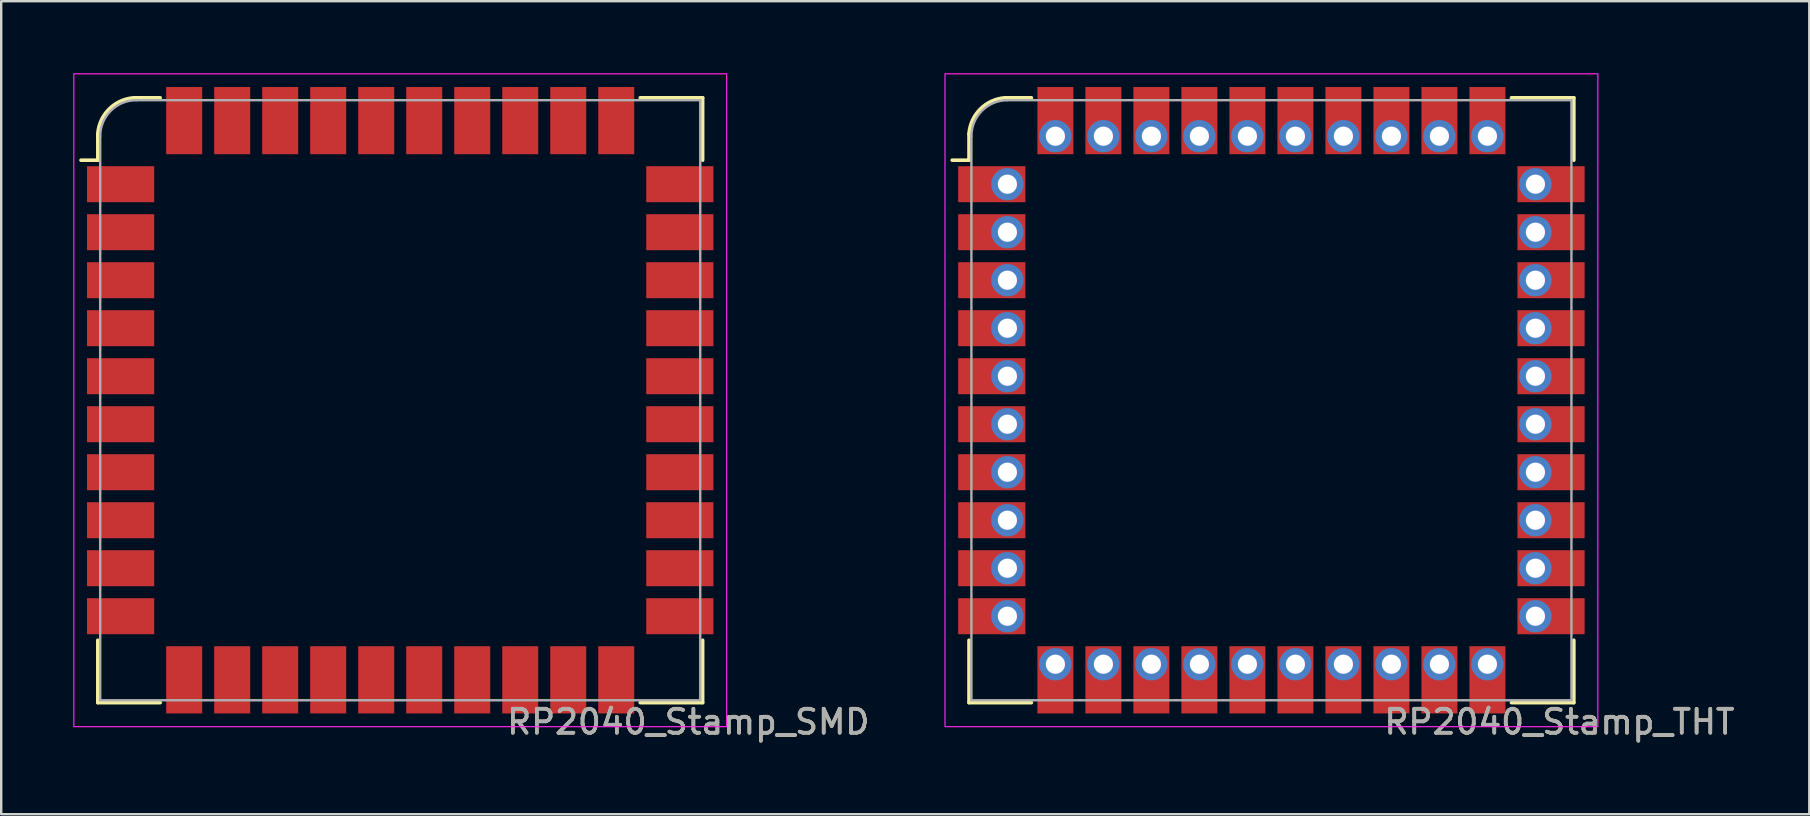
<source format=kicad_pcb>
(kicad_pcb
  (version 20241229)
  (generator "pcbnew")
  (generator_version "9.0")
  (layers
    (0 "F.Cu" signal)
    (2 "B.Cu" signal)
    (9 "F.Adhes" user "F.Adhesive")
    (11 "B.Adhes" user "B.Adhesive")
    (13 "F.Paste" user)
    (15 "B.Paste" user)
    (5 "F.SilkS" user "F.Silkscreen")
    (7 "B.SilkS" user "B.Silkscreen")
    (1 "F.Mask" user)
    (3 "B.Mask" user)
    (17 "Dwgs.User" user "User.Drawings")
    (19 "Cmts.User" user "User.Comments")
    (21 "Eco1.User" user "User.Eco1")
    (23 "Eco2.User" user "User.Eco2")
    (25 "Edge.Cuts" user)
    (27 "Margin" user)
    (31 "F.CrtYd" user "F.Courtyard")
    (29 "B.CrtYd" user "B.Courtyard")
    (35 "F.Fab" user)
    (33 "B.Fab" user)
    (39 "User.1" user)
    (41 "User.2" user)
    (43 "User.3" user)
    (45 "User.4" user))
  (footprint "RP2040_Stamp_SMD"
    (layer "F.Cu")
    (at 13.625 13.625)
    (property "Reference" "RP2040_Stamp_SMD" (at 12 13.4 0) (unlocked yes) (layer "F.SilkS") (effects (font (size 1 1) (thickness 0.15))))
    (attr through_hole)
    (fp_line (start -12.6 -10) (end -13.3 -10) (stroke (width 0.15) (type solid)) (layer "F.SilkS"))
    (fp_line (start -12.6 -10) (end -12.6 -11.1) (stroke (width 0.15) (type solid)) (layer "F.SilkS"))
    (fp_line (start -12.6 12.6) (end -12.6 10) (stroke (width 0.15) (type solid)) (layer "F.SilkS"))
    (fp_line (start -11.1 -12.6) (end -10 -12.6) (stroke (width 0.15) (type solid)) (layer "F.SilkS"))
    (fp_line (start -10 12.6) (end -12.6 12.6) (stroke (width 0.15) (type solid)) (layer "F.SilkS"))
    (fp_line (start 10 -12.6) (end 12.6 -12.6) (stroke (width 0.15) (type solid)) (layer "F.SilkS"))
    (fp_line (start 12.6 -12.6) (end 12.6 -10) (stroke (width 0.15) (type solid)) (layer "F.SilkS"))
    (fp_line (start 12.6 10) (end 12.6 12.6) (stroke (width 0.15) (type solid)) (layer "F.SilkS"))
    (fp_line (start 12.6 12.6) (end 10 12.6) (stroke (width 0.15) (type solid)) (layer "F.SilkS"))
    (fp_arc (start -12.6 -11.1) (mid -12.129432 -12.129432) (end -11.1 -12.6) (stroke (width 0.15) (type solid)) (layer "F.SilkS"))
    (fp_rect (start -13.6 -13.6) (end 13.6 13.6) (stroke (width 0.05) (type solid)) (fill no) (layer "F.CrtYd"))
    (fp_line (start -12.5 12.5) (end -12.5 -11) (stroke (width 0.1) (type solid)) (layer "F.Fab"))
    (fp_line (start -11 -12.5) (end 12.5 -12.5) (stroke (width 0.1) (type solid)) (layer "F.Fab"))
    (fp_line (start 12.5 -12.5) (end 12.5 12.5) (stroke (width 0.1) (type solid)) (layer "F.Fab"))
    (fp_line (start 12.5 12.5) (end -12.5 12.5) (stroke (width 0.1) (type solid)) (layer "F.Fab"))
    (fp_arc (start -12.500003 -11.000003) (mid -12.060661 -12.060662) (end -11 -12.5) (stroke (width 0.1) (type solid)) (layer "F.Fab"))
    (fp_text user "${REFERENCE}" (at 12 13.4 0) (unlocked yes) (layer "F.Fab") (effects (font (size 1 1) (thickness 0.15))))
    (pad "1" smd rect (at -11.65 -9) (size 2.8 1.5) (layers "F.Cu" "F.Mask" "F.Paste"))
    (pad "2" smd rect (at -11.65 -7) (size 2.8 1.5) (layers "F.Cu" "F.Mask" "F.Paste"))
    (pad "3" smd rect (at -11.65 -5) (size 2.8 1.5) (layers "F.Cu" "F.Mask" "F.Paste"))
    (pad "4" smd rect (at -11.65 -3) (size 2.8 1.5) (layers "F.Cu" "F.Mask" "F.Paste"))
    (pad "5" smd rect (at -11.65 -1) (size 2.8 1.5) (layers "F.Cu" "F.Mask" "F.Paste"))
    (pad "6" smd rect (at -11.65 1) (size 2.8 1.5) (layers "F.Cu" "F.Mask" "F.Paste"))
    (pad "7" smd rect (at -11.65 3) (size 2.8 1.5) (layers "F.Cu" "F.Mask" "F.Paste"))
    (pad "8" smd rect (at -11.65 5) (size 2.8 1.5) (layers "F.Cu" "F.Mask" "F.Paste"))
    (pad "9" smd rect (at -11.65 7) (size 2.8 1.5) (layers "F.Cu" "F.Mask" "F.Paste"))
    (pad "10" smd rect (at -11.65 9) (size 2.8 1.5) (layers "F.Cu" "F.Mask" "F.Paste"))
    (pad "11" smd rect (at -9 11.65 270) (size 2.8 1.5) (layers "F.Cu" "F.Mask" "F.Paste"))
    (pad "12" smd rect (at -7 11.65 270) (size 2.8 1.5) (layers "F.Cu" "F.Mask" "F.Paste"))
    (pad "13" smd rect (at -5 11.65 270) (size 2.8 1.5) (layers "F.Cu" "F.Mask" "F.Paste"))
    (pad "14" smd rect (at -3 11.65 270) (size 2.8 1.5) (layers "F.Cu" "F.Mask" "F.Paste"))
    (pad "15" smd rect (at -1 11.65 270) (size 2.8 1.5) (layers "F.Cu" "F.Mask" "F.Paste"))
    (pad "16" smd rect (at 1 11.65 270) (size 2.8 1.5) (layers "F.Cu" "F.Mask" "F.Paste"))
    (pad "17" smd rect (at 3 11.65 270) (size 2.8 1.5) (layers "F.Cu" "F.Mask" "F.Paste"))
    (pad "18" smd rect (at 5 11.65 270) (size 2.8 1.5) (layers "F.Cu" "F.Mask" "F.Paste"))
    (pad "19" smd rect (at 7 11.65 270) (size 2.8 1.5) (layers "F.Cu" "F.Mask" "F.Paste"))
    (pad "20" smd rect (at 9 11.65 270) (size 2.8 1.5) (layers "F.Cu" "F.Mask" "F.Paste"))
    (pad "21" smd rect (at 11.65 9) (size 2.8 1.5) (layers "F.Cu" "F.Mask" "F.Paste"))
    (pad "22" smd rect (at 11.65 7) (size 2.8 1.5) (layers "F.Cu" "F.Mask" "F.Paste"))
    (pad "23" smd rect (at 11.65 5) (size 2.8 1.5) (layers "F.Cu" "F.Mask" "F.Paste"))
    (pad "24" smd rect (at 11.65 3) (size 2.8 1.5) (layers "F.Cu" "F.Mask" "F.Paste"))
    (pad "25" smd rect (at 11.65 1) (size 2.8 1.5) (layers "F.Cu" "F.Mask" "F.Paste"))
    (pad "26" smd rect (at 11.65 -1) (size 2.8 1.5) (layers "F.Cu" "F.Mask" "F.Paste"))
    (pad "27" smd rect (at 11.65 -3) (size 2.8 1.5) (layers "F.Cu" "F.Mask" "F.Paste"))
    (pad "28" smd rect (at 11.65 -5) (size 2.8 1.5) (layers "F.Cu" "F.Mask" "F.Paste"))
    (pad "29" smd rect (at 11.65 -7) (size 2.8 1.5) (layers "F.Cu" "F.Mask" "F.Paste"))
    (pad "30" smd rect (at 11.65 -9) (size 2.8 1.5) (layers "F.Cu" "F.Mask" "F.Paste"))
    (pad "31" smd rect (at 9 -11.65 270) (size 2.8 1.5) (layers "F.Cu" "F.Mask" "F.Paste"))
    (pad "32" smd rect (at 7 -11.65 270) (size 2.8 1.5) (layers "F.Cu" "F.Mask" "F.Paste"))
    (pad "33" smd rect (at 5 -11.65 270) (size 2.8 1.5) (layers "F.Cu" "F.Mask" "F.Paste"))
    (pad "34" smd rect (at 3 -11.65 270) (size 2.8 1.5) (layers "F.Cu" "F.Mask" "F.Paste"))
    (pad "35" smd rect (at 1 -11.65 270) (size 2.8 1.5) (layers "F.Cu" "F.Mask" "F.Paste"))
    (pad "36" smd rect (at -1 -11.65 270) (size 2.8 1.5) (layers "F.Cu" "F.Mask" "F.Paste"))
    (pad "37" smd rect (at -3 -11.65 270) (size 2.8 1.5) (layers "F.Cu" "F.Mask" "F.Paste"))
    (pad "38" smd rect (at -5 -11.65 270) (size 2.8 1.5) (layers "F.Cu" "F.Mask" "F.Paste"))
    (pad "39" smd rect (at -7 -11.65 270) (size 2.8 1.5) (layers "F.Cu" "F.Mask" "F.Paste"))
    (pad "40" smd rect (at -9 -11.65 270) (size 2.8 1.5) (layers "F.Cu" "F.Mask" "F.Paste")))
  (footprint "RP2040_Stamp_THT"
    (layer "F.Cu")
    (at 49.923 13.625)
    (property "Reference" "RP2040_Stamp_THT" (at 12 13.4 0) (unlocked yes) (layer "F.SilkS") (effects (font (size 1 1) (thickness 0.15))))
    (attr through_hole)
    (fp_line (start -12.6 -10) (end -13.3 -10) (stroke (width 0.15) (type solid)) (layer "F.SilkS"))
    (fp_line (start -12.6 -10) (end -12.6 -11.1) (stroke (width 0.15) (type solid)) (layer "F.SilkS"))
    (fp_line (start -12.6 12.6) (end -12.6 10) (stroke (width 0.15) (type solid)) (layer "F.SilkS"))
    (fp_line (start -11.1 -12.6) (end -10 -12.6) (stroke (width 0.15) (type solid)) (layer "F.SilkS"))
    (fp_line (start -10 12.6) (end -12.6 12.6) (stroke (width 0.15) (type solid)) (layer "F.SilkS"))
    (fp_line (start 10 -12.6) (end 12.6 -12.6) (stroke (width 0.15) (type solid)) (layer "F.SilkS"))
    (fp_line (start 12.6 -12.6) (end 12.6 -10) (stroke (width 0.15) (type solid)) (layer "F.SilkS"))
    (fp_line (start 12.6 10) (end 12.6 12.6) (stroke (width 0.15) (type solid)) (layer "F.SilkS"))
    (fp_line (start 12.6 12.6) (end 10 12.6) (stroke (width 0.15) (type solid)) (layer "F.SilkS"))
    (fp_arc (start -12.6 -11.1) (mid -12.129432 -12.129432) (end -11.1 -12.6) (stroke (width 0.15) (type solid)) (layer "F.SilkS"))
    (fp_rect (start -13.6 -13.6) (end 13.6 13.6) (stroke (width 0.05) (type solid)) (fill no) (layer "F.CrtYd"))
    (fp_line (start -12.5 12.5) (end -12.5 -11) (stroke (width 0.1) (type solid)) (layer "F.Fab"))
    (fp_line (start -11 -12.5) (end 12.5 -12.5) (stroke (width 0.1) (type solid)) (layer "F.Fab"))
    (fp_line (start 12.5 -12.5) (end 12.5 12.5) (stroke (width 0.1) (type solid)) (layer "F.Fab"))
    (fp_line (start 12.5 12.5) (end -12.5 12.5) (stroke (width 0.1) (type solid)) (layer "F.Fab"))
    (fp_arc (start -12.500003 -11.000003) (mid -12.060661 -12.060662) (end -11 -12.5) (stroke (width 0.1) (type solid)) (layer "F.Fab"))
    (fp_text user "${REFERENCE}" (at 12 13.4 0) (unlocked yes) (layer "F.Fab") (effects (font (size 1 1) (thickness 0.15))))
    (pad "1" smd rect (at -11.65 -9) (size 2.8 1.5) (layers "F.Cu" "F.Mask" "F.Paste"))
    (pad "1" thru_hole circle (at -11 -9) (size 1.35 1.35) (drill 0.8) (layers "*.Cu" "*.Mask"))
    (pad "2" smd rect (at -11.65 -7) (size 2.8 1.5) (layers "F.Cu" "F.Mask" "F.Paste"))
    (pad "2" thru_hole oval (at -11 -7) (size 1.35 1.35) (drill 0.8) (layers "*.Cu" "*.Mask"))
    (pad "3" smd rect (at -11.65 -5) (size 2.8 1.5) (layers "F.Cu" "F.Mask" "F.Paste"))
    (pad "3" thru_hole oval (at -11 -5) (size 1.35 1.35) (drill 0.8) (layers "*.Cu" "*.Mask"))
    (pad "4" smd rect (at -11.65 -3) (size 2.8 1.5) (layers "F.Cu" "F.Mask" "F.Paste"))
    (pad "4" thru_hole oval (at -11 -3) (size 1.35 1.35) (drill 0.8) (layers "*.Cu" "*.Mask"))
    (pad "5" smd rect (at -11.65 -1) (size 2.8 1.5) (layers "F.Cu" "F.Mask" "F.Paste"))
    (pad "5" thru_hole oval (at -11 -1) (size 1.35 1.35) (drill 0.8) (layers "*.Cu" "*.Mask"))
    (pad "6" smd rect (at -11.65 1) (size 2.8 1.5) (layers "F.Cu" "F.Mask" "F.Paste"))
    (pad "6" thru_hole oval (at -11 1) (size 1.35 1.35) (drill 0.8) (layers "*.Cu" "*.Mask"))
    (pad "7" smd rect (at -11.65 3) (size 2.8 1.5) (layers "F.Cu" "F.Mask" "F.Paste"))
    (pad "7" thru_hole oval (at -11 3) (size 1.35 1.35) (drill 0.8) (layers "*.Cu" "*.Mask"))
    (pad "8" smd rect (at -11.65 5) (size 2.8 1.5) (layers "F.Cu" "F.Mask" "F.Paste"))
    (pad "8" thru_hole oval (at -11 5) (size 1.35 1.35) (drill 0.8) (layers "*.Cu" "*.Mask"))
    (pad "9" smd rect (at -11.65 7) (size 2.8 1.5) (layers "F.Cu" "F.Mask" "F.Paste"))
    (pad "9" thru_hole oval (at -11 7) (size 1.35 1.35) (drill 0.8) (layers "*.Cu" "*.Mask"))
    (pad "10" smd rect (at -11.65 9) (size 2.8 1.5) (layers "F.Cu" "F.Mask" "F.Paste"))
    (pad "10" thru_hole oval (at -11 9) (size 1.35 1.35) (drill 0.8) (layers "*.Cu" "*.Mask"))
    (pad "11" thru_hole oval (at -9 11) (size 1.35 1.35) (drill 0.8) (layers "*.Cu" "*.Mask"))
    (pad "11" smd rect (at -9 11.65 270) (size 2.8 1.5) (layers "F.Cu" "F.Mask" "F.Paste"))
    (pad "12" thru_hole oval (at -7 11) (size 1.35 1.35) (drill 0.8) (layers "*.Cu" "*.Mask"))
    (pad "12" smd rect (at -7 11.65 270) (size 2.8 1.5) (layers "F.Cu" "F.Mask" "F.Paste"))
    (pad "13" thru_hole oval (at -5 11) (size 1.35 1.35) (drill 0.8) (layers "*.Cu" "*.Mask"))
    (pad "13" smd rect (at -5 11.65 270) (size 2.8 1.5) (layers "F.Cu" "F.Mask" "F.Paste"))
    (pad "14" thru_hole oval (at -3 11) (size 1.35 1.35) (drill 0.8) (layers "*.Cu" "*.Mask"))
    (pad "14" smd rect (at -3 11.65 270) (size 2.8 1.5) (layers "F.Cu" "F.Mask" "F.Paste"))
    (pad "15" thru_hole oval (at -1 11) (size 1.35 1.35) (drill 0.8) (layers "*.Cu" "*.Mask"))
    (pad "15" smd rect (at -1 11.65 270) (size 2.8 1.5) (layers "F.Cu" "F.Mask" "F.Paste"))
    (pad "16" thru_hole oval (at 1 11) (size 1.35 1.35) (drill 0.8) (layers "*.Cu" "*.Mask"))
    (pad "16" smd rect (at 1 11.65 270) (size 2.8 1.5) (layers "F.Cu" "F.Mask" "F.Paste"))
    (pad "17" thru_hole oval (at 3 11) (size 1.35 1.35) (drill 0.8) (layers "*.Cu" "*.Mask"))
    (pad "17" smd rect (at 3 11.65 270) (size 2.8 1.5) (layers "F.Cu" "F.Mask" "F.Paste"))
    (pad "18" thru_hole oval (at 5 11) (size 1.35 1.35) (drill 0.8) (layers "*.Cu" "*.Mask"))
    (pad "18" smd rect (at 5 11.65 270) (size 2.8 1.5) (layers "F.Cu" "F.Mask" "F.Paste"))
    (pad "19" thru_hole oval (at 7 11) (size 1.35 1.35) (drill 0.8) (layers "*.Cu" "*.Mask"))
    (pad "19" smd rect (at 7 11.65 270) (size 2.8 1.5) (layers "F.Cu" "F.Mask" "F.Paste"))
    (pad "20" thru_hole oval (at 9 11) (size 1.35 1.35) (drill 0.8) (layers "*.Cu" "*.Mask"))
    (pad "20" smd rect (at 9 11.65 270) (size 2.8 1.5) (layers "F.Cu" "F.Mask" "F.Paste"))
    (pad "21" thru_hole oval (at 11 9) (size 1.35 1.35) (drill 0.8) (layers "*.Cu" "*.Mask"))
    (pad "21" smd rect (at 11.65 9) (size 2.8 1.5) (layers "F.Cu" "F.Mask" "F.Paste"))
    (pad "22" thru_hole oval (at 11 7) (size 1.35 1.35) (drill 0.8) (layers "*.Cu" "*.Mask"))
    (pad "22" smd rect (at 11.65 7) (size 2.8 1.5) (layers "F.Cu" "F.Mask" "F.Paste"))
    (pad "23" thru_hole oval (at 11 5) (size 1.35 1.35) (drill 0.8) (layers "*.Cu" "*.Mask"))
    (pad "23" smd rect (at 11.65 5) (size 2.8 1.5) (layers "F.Cu" "F.Mask" "F.Paste"))
    (pad "24" thru_hole oval (at 11 3) (size 1.35 1.35) (drill 0.8) (layers "*.Cu" "*.Mask"))
    (pad "24" smd rect (at 11.65 3) (size 2.8 1.5) (layers "F.Cu" "F.Mask" "F.Paste"))
    (pad "25" thru_hole oval (at 11 1) (size 1.35 1.35) (drill 0.8) (layers "*.Cu" "*.Mask"))
    (pad "25" smd rect (at 11.65 1) (size 2.8 1.5) (layers "F.Cu" "F.Mask" "F.Paste"))
    (pad "26" thru_hole oval (at 11 -1) (size 1.35 1.35) (drill 0.8) (layers "*.Cu" "*.Mask"))
    (pad "26" smd rect (at 11.65 -1) (size 2.8 1.5) (layers "F.Cu" "F.Mask" "F.Paste"))
    (pad "27" thru_hole oval (at 11 -3) (size 1.35 1.35) (drill 0.8) (layers "*.Cu" "*.Mask"))
    (pad "27" smd rect (at 11.65 -3) (size 2.8 1.5) (layers "F.Cu" "F.Mask" "F.Paste"))
    (pad "28" thru_hole oval (at 11 -5) (size 1.35 1.35) (drill 0.8) (layers "*.Cu" "*.Mask"))
    (pad "28" smd rect (at 11.65 -5) (size 2.8 1.5) (layers "F.Cu" "F.Mask" "F.Paste"))
    (pad "29" thru_hole oval (at 11 -7) (size 1.35 1.35) (drill 0.8) (layers "*.Cu" "*.Mask"))
    (pad "29" smd rect (at 11.65 -7) (size 2.8 1.5) (layers "F.Cu" "F.Mask" "F.Paste"))
    (pad "30" thru_hole oval (at 11 -9) (size 1.35 1.35) (drill 0.8) (layers "*.Cu" "*.Mask"))
    (pad "30" smd rect (at 11.65 -9) (size 2.8 1.5) (layers "F.Cu" "F.Mask" "F.Paste"))
    (pad "31" smd rect (at 9 -11.65 270) (size 2.8 1.5) (layers "F.Cu" "F.Mask" "F.Paste"))
    (pad "31" thru_hole oval (at 9 -11) (size 1.35 1.35) (drill 0.8) (layers "*.Cu" "*.Mask"))
    (pad "32" smd rect (at 7 -11.65 270) (size 2.8 1.5) (layers "F.Cu" "F.Mask" "F.Paste"))
    (pad "32" thru_hole oval (at 7 -11) (size 1.35 1.35) (drill 0.8) (layers "*.Cu" "*.Mask"))
    (pad "33" smd rect (at 5 -11.65 270) (size 2.8 1.5) (layers "F.Cu" "F.Mask" "F.Paste"))
    (pad "33" thru_hole oval (at 5 -11) (size 1.35 1.35) (drill 0.8) (layers "*.Cu" "*.Mask"))
    (pad "34" smd rect (at 3 -11.65 270) (size 2.8 1.5) (layers "F.Cu" "F.Mask" "F.Paste"))
    (pad "34" thru_hole oval (at 3 -11) (size 1.35 1.35) (drill 0.8) (layers "*.Cu" "*.Mask"))
    (pad "35" smd rect (at 1 -11.65 270) (size 2.8 1.5) (layers "F.Cu" "F.Mask" "F.Paste"))
    (pad "35" thru_hole oval (at 1 -11) (size 1.35 1.35) (drill 0.8) (layers "*.Cu" "*.Mask"))
    (pad "36" smd rect (at -1 -11.65 270) (size 2.8 1.5) (layers "F.Cu" "F.Mask" "F.Paste"))
    (pad "36" thru_hole oval (at -1 -11) (size 1.35 1.35) (drill 0.8) (layers "*.Cu" "*.Mask"))
    (pad "37" smd rect (at -3 -11.65 270) (size 2.8 1.5) (layers "F.Cu" "F.Mask" "F.Paste"))
    (pad "37" thru_hole oval (at -3 -11) (size 1.35 1.35) (drill 0.8) (layers "*.Cu" "*.Mask"))
    (pad "38" smd rect (at -5 -11.65 270) (size 2.8 1.5) (layers "F.Cu" "F.Mask" "F.Paste"))
    (pad "38" thru_hole oval (at -5 -11) (size 1.35 1.35) (drill 0.8) (layers "*.Cu" "*.Mask"))
    (pad "39" smd rect (at -7 -11.65 270) (size 2.8 1.5) (layers "F.Cu" "F.Mask" "F.Paste"))
    (pad "39" thru_hole oval (at -7 -11) (size 1.35 1.35) (drill 0.8) (layers "*.Cu" "*.Mask"))
    (pad "40" smd rect (at -9 -11.65 270) (size 2.8 1.5) (layers "F.Cu" "F.Mask" "F.Paste"))
    (pad "40" thru_hole oval (at -9 -11) (size 1.35 1.35) (drill 0.8) (layers "*.Cu" "*.Mask")))
  (gr_rect
    (start -3 -3)
    (end 72.333 30.873)
    (stroke (width 0.1) (type default))
    (fill no)
    (layer "Edge.Cuts")))
</source>
